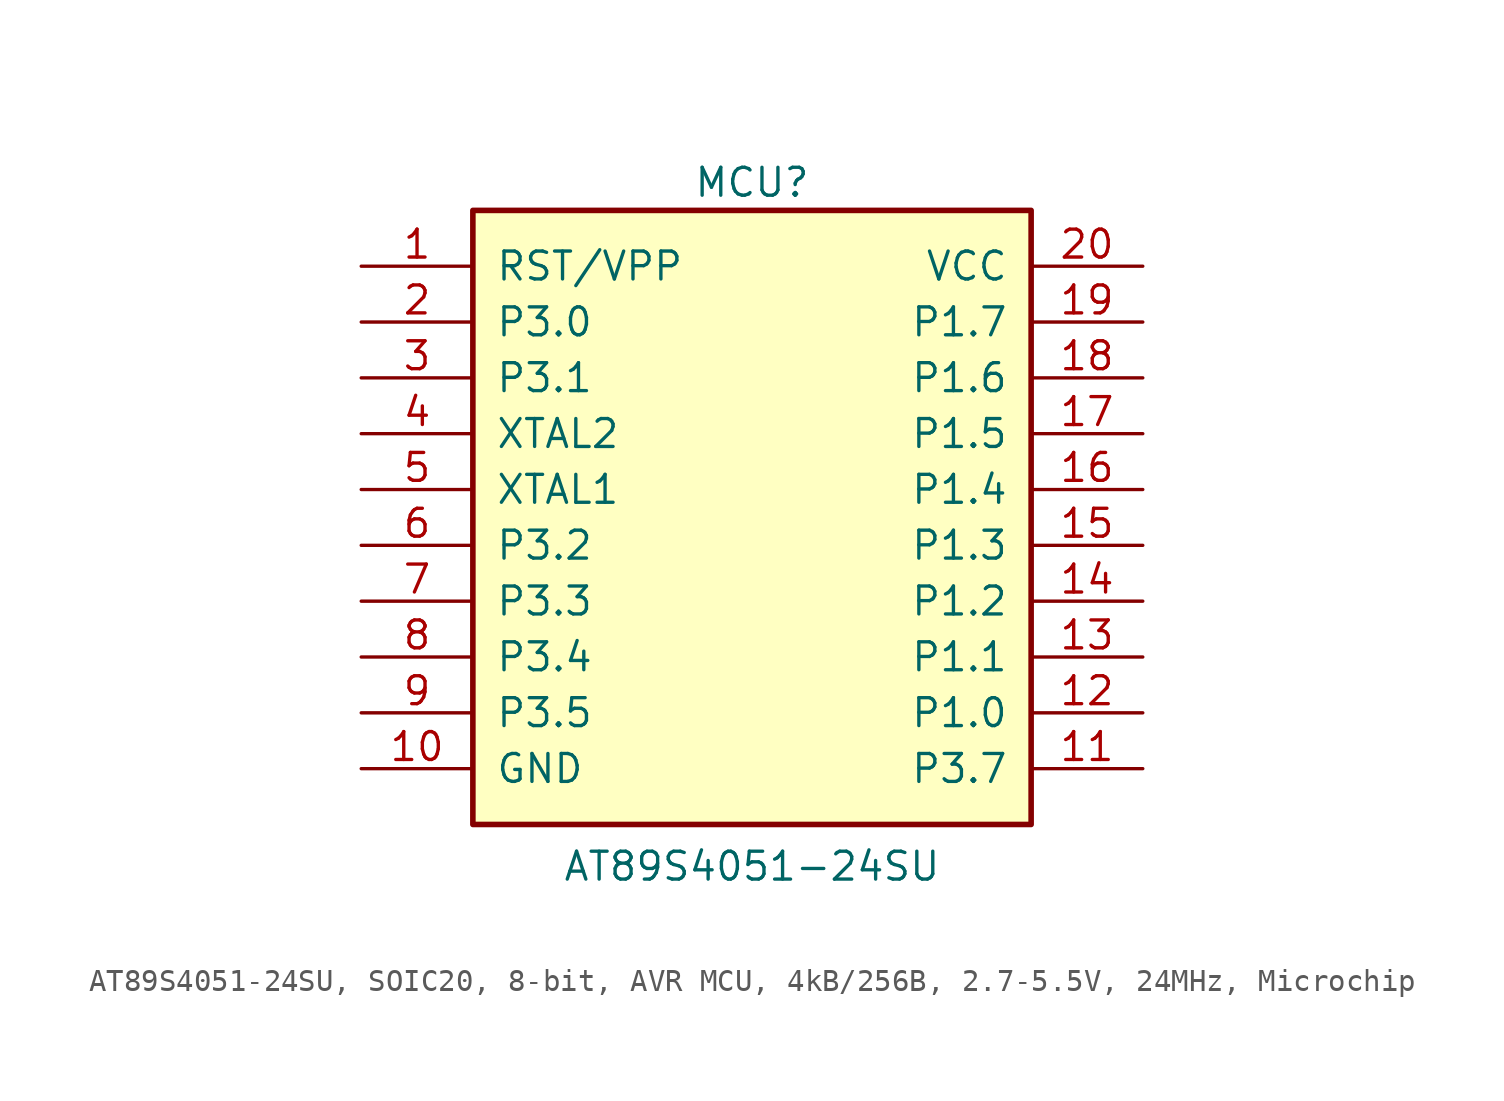
<source format=kicad_sym>
(kicad_symbol_lib
  (version 20241209)
  (generator "kicad_symbol_editor")
  (generator_version "9.0")
  (symbol "AT89S4051-24SU, SOIC20, 8-bit, AVR MCU, 4kB/256B, 2.7-5.5V, 24MHz, Microchip"
    (pin_names
      (offset 1.016))
    (property "Reference" "MCU"
      (at 0 13.97 0)
      (effects (font (size 1.27 1.27))))
    (property "Value" "AT89S4051-24SU"
      (at 0 -17.145 0)
      (effects (font (size 1.27 1.27))))
    (symbol "AT89S4051-24SU, SOIC20, 8-bit, AVR MCU, 4kB/256B, 2.7-5.5V, 24MHz, Microchip_0_1"
      (rectangle (start -12.7 12.7) (end 12.7 -15.24) (stroke (width 0.254) (type default)) (fill (type background))))
    (symbol "AT89S4051-24SU, SOIC20, 8-bit, AVR MCU, 4kB/256B, 2.7-5.5V, 24MHz, Microchip_1_1"
      (pin bidirectional line (at -17.78 10.16 0) (length 5.08) (name "RST/VPP" (effects (font (size 1.27 1.27)))) (number "1" (effects (font (size 1.27 1.27)))))
      (pin bidirectional line (at -17.78 7.62 0) (length 5.08) (name "P3.0" (effects (font (size 1.27 1.27)))) (number "2" (effects (font (size 1.27 1.27)))) (alternate "RXD" bidirectional line))
      (pin bidirectional line (at -17.78 5.08 0) (length 5.08) (name "P3.1" (effects (font (size 1.27 1.27)))) (number "3" (effects (font (size 1.27 1.27)))) (alternate "TXD" bidirectional line))
      (pin bidirectional line (at -17.78 2.54 0) (length 5.08) (name "XTAL2" (effects (font (size 1.27 1.27)))) (number "4" (effects (font (size 1.27 1.27)))))
      (pin bidirectional line (at -17.78 0 0) (length 5.08) (name "XTAL1" (effects (font (size 1.27 1.27)))) (number "5" (effects (font (size 1.27 1.27)))))
      (pin bidirectional line (at -17.78 -2.54 0) (length 5.08) (name "P3.2" (effects (font (size 1.27 1.27)))) (number "6" (effects (font (size 1.27 1.27)))) (alternate "~{INT0}" bidirectional line))
      (pin bidirectional line (at -17.78 -5.08 0) (length 5.08) (name "P3.3" (effects (font (size 1.27 1.27)))) (number "7" (effects (font (size 1.27 1.27)))) (alternate "~{INT1}" bidirectional line))
      (pin bidirectional line (at -17.78 -7.62 0) (length 5.08) (name "P3.4" (effects (font (size 1.27 1.27)))) (number "8" (effects (font (size 1.27 1.27)))) (alternate "T0" bidirectional line))
      (pin bidirectional line (at -17.78 -10.16 0) (length 5.08) (name "P3.5" (effects (font (size 1.27 1.27)))) (number "9" (effects (font (size 1.27 1.27)))) (alternate "T1" bidirectional line))
      (pin power_in line (at -17.78 -12.7 0) (length 5.08) (name "GND" (effects (font (size 1.27 1.27)))) (number "10" (effects (font (size 1.27 1.27)))))
      (pin power_in line (at 17.78 10.16 180) (length 5.08) (name "VCC" (effects (font (size 1.27 1.27)))) (number "20" (effects (font (size 1.27 1.27)))))
      (pin bidirectional line (at 17.78 7.62 180) (length 5.08) (name "P1.7" (effects (font (size 1.27 1.27)))) (number "19" (effects (font (size 1.27 1.27)))) (alternate "SCK" bidirectional line))
      (pin bidirectional line (at 17.78 5.08 180) (length 5.08) (name "P1.6" (effects (font (size 1.27 1.27)))) (number "18" (effects (font (size 1.27 1.27)))) (alternate "MISO" bidirectional line))
      (pin bidirectional line (at 17.78 2.54 180) (length 5.08) (name "P1.5" (effects (font (size 1.27 1.27)))) (number "17" (effects (font (size 1.27 1.27)))) (alternate "MOSI" bidirectional line))
      (pin bidirectional line (at 17.78 0 180) (length 5.08) (name "P1.4" (effects (font (size 1.27 1.27)))) (number "16" (effects (font (size 1.27 1.27)))))
      (pin bidirectional line (at 17.78 -2.54 180) (length 5.08) (name "P1.3" (effects (font (size 1.27 1.27)))) (number "15" (effects (font (size 1.27 1.27)))))
      (pin bidirectional line (at 17.78 -5.08 180) (length 5.08) (name "P1.2" (effects (font (size 1.27 1.27)))) (number "14" (effects (font (size 1.27 1.27)))))
      (pin bidirectional line (at 17.78 -7.62 180) (length 5.08) (name "P1.1" (effects (font (size 1.27 1.27)))) (number "13" (effects (font (size 1.27 1.27)))) (alternate "AIN1" bidirectional line))
      (pin bidirectional line (at 17.78 -10.16 180) (length 5.08) (name "P1.0" (effects (font (size 1.27 1.27)))) (number "12" (effects (font (size 1.27 1.27)))) (alternate "AIN0" bidirectional line))
      (pin bidirectional line (at 17.78 -12.7 180) (length 5.08) (name "P3.7" (effects (font (size 1.27 1.27)))) (number "11" (effects (font (size 1.27 1.27))))))))
</source>
